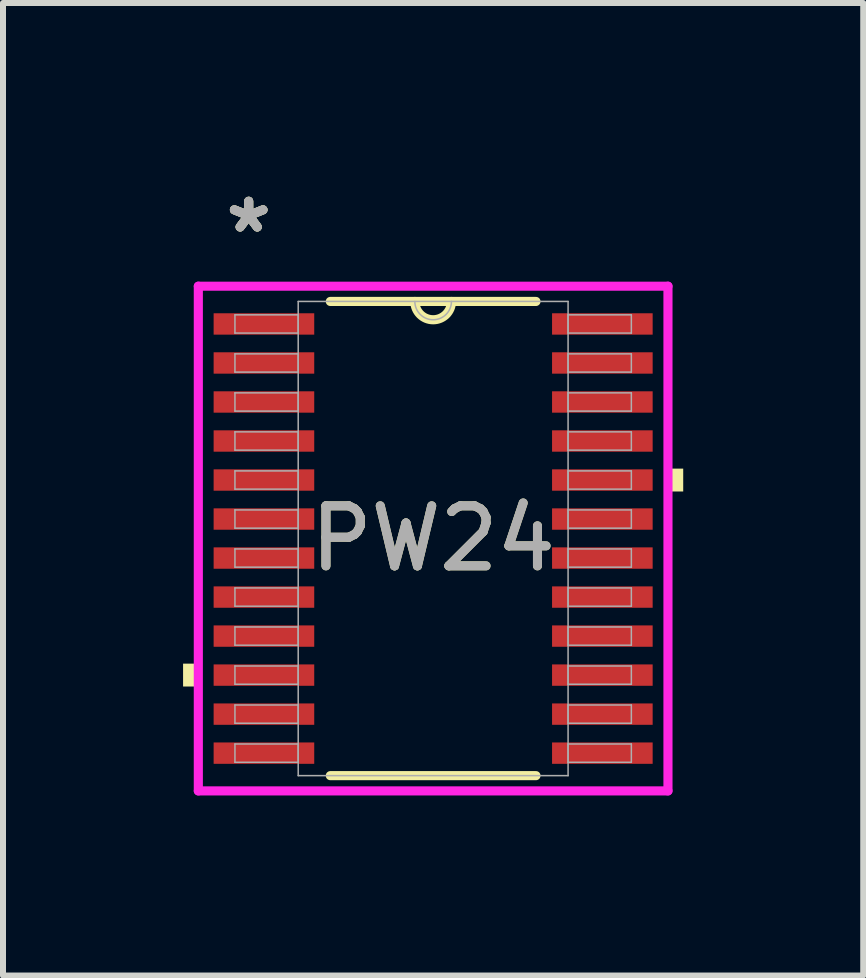
<source format=kicad_pcb>
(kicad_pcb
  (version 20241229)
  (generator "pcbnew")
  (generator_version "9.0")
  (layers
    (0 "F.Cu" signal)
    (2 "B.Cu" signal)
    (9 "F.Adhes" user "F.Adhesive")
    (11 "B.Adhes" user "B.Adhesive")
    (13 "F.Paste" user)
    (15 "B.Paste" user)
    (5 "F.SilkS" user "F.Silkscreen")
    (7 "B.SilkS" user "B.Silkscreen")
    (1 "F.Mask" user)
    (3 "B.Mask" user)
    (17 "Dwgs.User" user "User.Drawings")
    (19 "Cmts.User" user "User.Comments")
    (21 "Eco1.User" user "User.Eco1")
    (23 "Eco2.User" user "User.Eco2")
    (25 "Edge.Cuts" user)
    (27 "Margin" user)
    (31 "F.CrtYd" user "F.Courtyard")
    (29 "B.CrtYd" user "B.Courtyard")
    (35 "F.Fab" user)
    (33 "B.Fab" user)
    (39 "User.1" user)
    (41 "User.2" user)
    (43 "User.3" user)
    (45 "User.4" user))
  (footprint "PW24"
    (layer "F.Cu")
    (at 4.166 5.922)
    (property "Reference" "PW24" (at 0 0 0) (unlocked yes) (layer "F.SilkS") (effects (font (size 1 1) (thickness 0.15))))
    (attr smd)
    (fp_line (start -1.713 3.95) (end 1.713 3.95) (stroke (width 0.152) (type solid)) (layer "F.SilkS"))
    (fp_line (start 1.713 -3.95) (end -1.713 -3.95) (stroke (width 0.152) (type solid)) (layer "F.SilkS"))
    (fp_arc (start 0.3048 -3.9497) (mid 0 -3.6449) (end -0.3048 -3.9497) (stroke (width 0.1524) (type solid)) (layer "F.SilkS"))
    (fp_poly (pts (xy -4.166 2.084) (xy -4.166 2.465) (xy -3.912 2.465) (xy -3.912 2.084)) (stroke (width 0) (type solid)) (fill yes) (layer "F.SilkS"))
    (fp_poly (pts (xy 4.166 -1.165) (xy 4.166 -0.784) (xy 3.912 -0.784) (xy 3.912 -1.165)) (stroke (width 0) (type solid)) (fill yes) (layer "F.SilkS"))
    (fp_line (start -3.912 -4.204) (end 3.912 -4.204) (stroke (width 0.152) (type solid)) (layer "F.CrtYd"))
    (fp_line (start -3.912 4.204) (end -3.912 -4.204) (stroke (width 0.152) (type solid)) (layer "F.CrtYd"))
    (fp_line (start 3.912 -4.204) (end 3.912 4.204) (stroke (width 0.152) (type solid)) (layer "F.CrtYd"))
    (fp_line (start 3.912 4.204) (end -3.912 4.204) (stroke (width 0.152) (type solid)) (layer "F.CrtYd"))
    (fp_line (start -3.302 -3.727) (end -3.302 -3.423) (stroke (width 0.025) (type solid)) (layer "F.Fab"))
    (fp_line (start -3.302 -3.423) (end -2.248 -3.423) (stroke (width 0.025) (type solid)) (layer "F.Fab"))
    (fp_line (start -3.302 -3.077) (end -3.302 -2.773) (stroke (width 0.025) (type solid)) (layer "F.Fab"))
    (fp_line (start -3.302 -2.773) (end -2.248 -2.773) (stroke (width 0.025) (type solid)) (layer "F.Fab"))
    (fp_line (start -3.302 -2.427) (end -3.302 -2.123) (stroke (width 0.025) (type solid)) (layer "F.Fab"))
    (fp_line (start -3.302 -2.123) (end -2.248 -2.123) (stroke (width 0.025) (type solid)) (layer "F.Fab"))
    (fp_line (start -3.302 -1.777) (end -3.302 -1.473) (stroke (width 0.025) (type solid)) (layer "F.Fab"))
    (fp_line (start -3.302 -1.473) (end -2.248 -1.473) (stroke (width 0.025) (type solid)) (layer "F.Fab"))
    (fp_line (start -3.302 -1.127) (end -3.302 -0.823) (stroke (width 0.025) (type solid)) (layer "F.Fab"))
    (fp_line (start -3.302 -0.823) (end -2.248 -0.823) (stroke (width 0.025) (type solid)) (layer "F.Fab"))
    (fp_line (start -3.302 -0.477) (end -3.302 -0.173) (stroke (width 0.025) (type solid)) (layer "F.Fab"))
    (fp_line (start -3.302 -0.173) (end -2.248 -0.173) (stroke (width 0.025) (type solid)) (layer "F.Fab"))
    (fp_line (start -3.302 0.173) (end -3.302 0.477) (stroke (width 0.025) (type solid)) (layer "F.Fab"))
    (fp_line (start -3.302 0.477) (end -2.248 0.477) (stroke (width 0.025) (type solid)) (layer "F.Fab"))
    (fp_line (start -3.302 0.823) (end -3.302 1.127) (stroke (width 0.025) (type solid)) (layer "F.Fab"))
    (fp_line (start -3.302 1.127) (end -2.248 1.127) (stroke (width 0.025) (type solid)) (layer "F.Fab"))
    (fp_line (start -3.302 1.473) (end -3.302 1.777) (stroke (width 0.025) (type solid)) (layer "F.Fab"))
    (fp_line (start -3.302 1.777) (end -2.248 1.777) (stroke (width 0.025) (type solid)) (layer "F.Fab"))
    (fp_line (start -3.302 2.123) (end -3.302 2.427) (stroke (width 0.025) (type solid)) (layer "F.Fab"))
    (fp_line (start -3.302 2.427) (end -2.248 2.427) (stroke (width 0.025) (type solid)) (layer "F.Fab"))
    (fp_line (start -3.302 2.773) (end -3.302 3.077) (stroke (width 0.025) (type solid)) (layer "F.Fab"))
    (fp_line (start -3.302 3.077) (end -2.248 3.077) (stroke (width 0.025) (type solid)) (layer "F.Fab"))
    (fp_line (start -3.302 3.423) (end -3.302 3.727) (stroke (width 0.025) (type solid)) (layer "F.Fab"))
    (fp_line (start -3.302 3.727) (end -2.248 3.727) (stroke (width 0.025) (type solid)) (layer "F.Fab"))
    (fp_line (start -2.248 -3.95) (end -2.248 3.95) (stroke (width 0.025) (type solid)) (layer "F.Fab"))
    (fp_line (start -2.248 -3.727) (end -3.302 -3.727) (stroke (width 0.025) (type solid)) (layer "F.Fab"))
    (fp_line (start -2.248 -3.423) (end -2.248 -3.727) (stroke (width 0.025) (type solid)) (layer "F.Fab"))
    (fp_line (start -2.248 -3.077) (end -3.302 -3.077) (stroke (width 0.025) (type solid)) (layer "F.Fab"))
    (fp_line (start -2.248 -2.773) (end -2.248 -3.077) (stroke (width 0.025) (type solid)) (layer "F.Fab"))
    (fp_line (start -2.248 -2.427) (end -3.302 -2.427) (stroke (width 0.025) (type solid)) (layer "F.Fab"))
    (fp_line (start -2.248 -2.123) (end -2.248 -2.427) (stroke (width 0.025) (type solid)) (layer "F.Fab"))
    (fp_line (start -2.248 -1.777) (end -3.302 -1.777) (stroke (width 0.025) (type solid)) (layer "F.Fab"))
    (fp_line (start -2.248 -1.473) (end -2.248 -1.777) (stroke (width 0.025) (type solid)) (layer "F.Fab"))
    (fp_line (start -2.248 -1.127) (end -3.302 -1.127) (stroke (width 0.025) (type solid)) (layer "F.Fab"))
    (fp_line (start -2.248 -0.823) (end -2.248 -1.127) (stroke (width 0.025) (type solid)) (layer "F.Fab"))
    (fp_line (start -2.248 -0.477) (end -3.302 -0.477) (stroke (width 0.025) (type solid)) (layer "F.Fab"))
    (fp_line (start -2.248 -0.173) (end -2.248 -0.477) (stroke (width 0.025) (type solid)) (layer "F.Fab"))
    (fp_line (start -2.248 0.173) (end -3.302 0.173) (stroke (width 0.025) (type solid)) (layer "F.Fab"))
    (fp_line (start -2.248 0.477) (end -2.248 0.173) (stroke (width 0.025) (type solid)) (layer "F.Fab"))
    (fp_line (start -2.248 0.823) (end -3.302 0.823) (stroke (width 0.025) (type solid)) (layer "F.Fab"))
    (fp_line (start -2.248 1.127) (end -2.248 0.823) (stroke (width 0.025) (type solid)) (layer "F.Fab"))
    (fp_line (start -2.248 1.473) (end -3.302 1.473) (stroke (width 0.025) (type solid)) (layer "F.Fab"))
    (fp_line (start -2.248 1.777) (end -2.248 1.473) (stroke (width 0.025) (type solid)) (layer "F.Fab"))
    (fp_line (start -2.248 2.123) (end -3.302 2.123) (stroke (width 0.025) (type solid)) (layer "F.Fab"))
    (fp_line (start -2.248 2.427) (end -2.248 2.123) (stroke (width 0.025) (type solid)) (layer "F.Fab"))
    (fp_line (start -2.248 2.773) (end -3.302 2.773) (stroke (width 0.025) (type solid)) (layer "F.Fab"))
    (fp_line (start -2.248 3.077) (end -2.248 2.773) (stroke (width 0.025) (type solid)) (layer "F.Fab"))
    (fp_line (start -2.248 3.423) (end -3.302 3.423) (stroke (width 0.025) (type solid)) (layer "F.Fab"))
    (fp_line (start -2.248 3.727) (end -2.248 3.423) (stroke (width 0.025) (type solid)) (layer "F.Fab"))
    (fp_line (start -2.248 3.95) (end 2.248 3.95) (stroke (width 0.025) (type solid)) (layer "F.Fab"))
    (fp_line (start 2.248 -3.95) (end -2.248 -3.95) (stroke (width 0.025) (type solid)) (layer "F.Fab"))
    (fp_line (start 2.248 -3.727) (end 2.248 -3.423) (stroke (width 0.025) (type solid)) (layer "F.Fab"))
    (fp_line (start 2.248 -3.423) (end 3.302 -3.423) (stroke (width 0.025) (type solid)) (layer "F.Fab"))
    (fp_line (start 2.248 -3.077) (end 2.248 -2.773) (stroke (width 0.025) (type solid)) (layer "F.Fab"))
    (fp_line (start 2.248 -2.773) (end 3.302 -2.773) (stroke (width 0.025) (type solid)) (layer "F.Fab"))
    (fp_line (start 2.248 -2.427) (end 2.248 -2.123) (stroke (width 0.025) (type solid)) (layer "F.Fab"))
    (fp_line (start 2.248 -2.123) (end 3.302 -2.123) (stroke (width 0.025) (type solid)) (layer "F.Fab"))
    (fp_line (start 2.248 -1.777) (end 2.248 -1.473) (stroke (width 0.025) (type solid)) (layer "F.Fab"))
    (fp_line (start 2.248 -1.473) (end 3.302 -1.473) (stroke (width 0.025) (type solid)) (layer "F.Fab"))
    (fp_line (start 2.248 -1.127) (end 2.248 -0.823) (stroke (width 0.025) (type solid)) (layer "F.Fab"))
    (fp_line (start 2.248 -0.823) (end 3.302 -0.823) (stroke (width 0.025) (type solid)) (layer "F.Fab"))
    (fp_line (start 2.248 -0.477) (end 2.248 -0.173) (stroke (width 0.025) (type solid)) (layer "F.Fab"))
    (fp_line (start 2.248 -0.173) (end 3.302 -0.173) (stroke (width 0.025) (type solid)) (layer "F.Fab"))
    (fp_line (start 2.248 0.173) (end 2.248 0.477) (stroke (width 0.025) (type solid)) (layer "F.Fab"))
    (fp_line (start 2.248 0.477) (end 3.302 0.477) (stroke (width 0.025) (type solid)) (layer "F.Fab"))
    (fp_line (start 2.248 0.823) (end 2.248 1.127) (stroke (width 0.025) (type solid)) (layer "F.Fab"))
    (fp_line (start 2.248 1.127) (end 3.302 1.127) (stroke (width 0.025) (type solid)) (layer "F.Fab"))
    (fp_line (start 2.248 1.473) (end 2.248 1.777) (stroke (width 0.025) (type solid)) (layer "F.Fab"))
    (fp_line (start 2.248 1.777) (end 3.302 1.777) (stroke (width 0.025) (type solid)) (layer "F.Fab"))
    (fp_line (start 2.248 2.123) (end 2.248 2.427) (stroke (width 0.025) (type solid)) (layer "F.Fab"))
    (fp_line (start 2.248 2.427) (end 3.302 2.427) (stroke (width 0.025) (type solid)) (layer "F.Fab"))
    (fp_line (start 2.248 2.773) (end 2.248 3.077) (stroke (width 0.025) (type solid)) (layer "F.Fab"))
    (fp_line (start 2.248 3.077) (end 3.302 3.077) (stroke (width 0.025) (type solid)) (layer "F.Fab"))
    (fp_line (start 2.248 3.423) (end 2.248 3.727) (stroke (width 0.025) (type solid)) (layer "F.Fab"))
    (fp_line (start 2.248 3.727) (end 3.302 3.727) (stroke (width 0.025) (type solid)) (layer "F.Fab"))
    (fp_line (start 2.248 3.95) (end 2.248 -3.95) (stroke (width 0.025) (type solid)) (layer "F.Fab"))
    (fp_line (start 3.302 -3.727) (end 2.248 -3.727) (stroke (width 0.025) (type solid)) (layer "F.Fab"))
    (fp_line (start 3.302 -3.423) (end 3.302 -3.727) (stroke (width 0.025) (type solid)) (layer "F.Fab"))
    (fp_line (start 3.302 -3.077) (end 2.248 -3.077) (stroke (width 0.025) (type solid)) (layer "F.Fab"))
    (fp_line (start 3.302 -2.773) (end 3.302 -3.077) (stroke (width 0.025) (type solid)) (layer "F.Fab"))
    (fp_line (start 3.302 -2.427) (end 2.248 -2.427) (stroke (width 0.025) (type solid)) (layer "F.Fab"))
    (fp_line (start 3.302 -2.123) (end 3.302 -2.427) (stroke (width 0.025) (type solid)) (layer "F.Fab"))
    (fp_line (start 3.302 -1.777) (end 2.248 -1.777) (stroke (width 0.025) (type solid)) (layer "F.Fab"))
    (fp_line (start 3.302 -1.473) (end 3.302 -1.777) (stroke (width 0.025) (type solid)) (layer "F.Fab"))
    (fp_line (start 3.302 -1.127) (end 2.248 -1.127) (stroke (width 0.025) (type solid)) (layer "F.Fab"))
    (fp_line (start 3.302 -0.823) (end 3.302 -1.127) (stroke (width 0.025) (type solid)) (layer "F.Fab"))
    (fp_line (start 3.302 -0.477) (end 2.248 -0.477) (stroke (width 0.025) (type solid)) (layer "F.Fab"))
    (fp_line (start 3.302 -0.173) (end 3.302 -0.477) (stroke (width 0.025) (type solid)) (layer "F.Fab"))
    (fp_line (start 3.302 0.173) (end 2.248 0.173) (stroke (width 0.025) (type solid)) (layer "F.Fab"))
    (fp_line (start 3.302 0.477) (end 3.302 0.173) (stroke (width 0.025) (type solid)) (layer "F.Fab"))
    (fp_line (start 3.302 0.823) (end 2.248 0.823) (stroke (width 0.025) (type solid)) (layer "F.Fab"))
    (fp_line (start 3.302 1.127) (end 3.302 0.823) (stroke (width 0.025) (type solid)) (layer "F.Fab"))
    (fp_line (start 3.302 1.473) (end 2.248 1.473) (stroke (width 0.025) (type solid)) (layer "F.Fab"))
    (fp_line (start 3.302 1.777) (end 3.302 1.473) (stroke (width 0.025) (type solid)) (layer "F.Fab"))
    (fp_line (start 3.302 2.123) (end 2.248 2.123) (stroke (width 0.025) (type solid)) (layer "F.Fab"))
    (fp_line (start 3.302 2.427) (end 3.302 2.123) (stroke (width 0.025) (type solid)) (layer "F.Fab"))
    (fp_line (start 3.302 2.773) (end 2.248 2.773) (stroke (width 0.025) (type solid)) (layer "F.Fab"))
    (fp_line (start 3.302 3.077) (end 3.302 2.773) (stroke (width 0.025) (type solid)) (layer "F.Fab"))
    (fp_line (start 3.302 3.423) (end 2.248 3.423) (stroke (width 0.025) (type solid)) (layer "F.Fab"))
    (fp_line (start 3.302 3.727) (end 3.302 3.423) (stroke (width 0.025) (type solid)) (layer "F.Fab"))
    (fp_arc (start 0.3048 -3.9497) (mid 0 -3.6449) (end -0.3048 -3.9497) (stroke (width 0.0254) (type solid)) (layer "F.Fab"))
    (fp_text user "*" (at -3.073 -5.074 0) (layer "F.SilkS") (effects (font (size 1 1) (thickness 0.15))))
    (fp_text user "*" (at -3.073 -5.074 0) (unlocked yes) (layer "F.SilkS") (effects (font (size 1 1) (thickness 0.15))))
    (fp_text user "*" (at -3.073 -5.074 0) (layer "F.Fab") (effects (font (size 1 1) (thickness 0.15))))
    (fp_text user "*" (at -3.073 -5.074 0) (unlocked yes) (layer "F.Fab") (effects (font (size 1 1) (thickness 0.15))))
    (fp_text user "${REFERENCE}" (at 0 0 0) (unlocked yes) (layer "F.Fab") (effects (font (size 1 1) (thickness 0.15))))
    (pad "1" smd rect (at -2.819 -3.575) (size 1.676 0.356) (layers "F.Cu" "F.Mask" "F.Paste"))
    (pad "2" smd rect (at -2.819 -2.925) (size 1.676 0.356) (layers "F.Cu" "F.Mask" "F.Paste"))
    (pad "3" smd rect (at -2.819 -2.275) (size 1.676 0.356) (layers "F.Cu" "F.Mask" "F.Paste"))
    (pad "4" smd rect (at -2.819 -1.625) (size 1.676 0.356) (layers "F.Cu" "F.Mask" "F.Paste"))
    (pad "5" smd rect (at -2.819 -0.975) (size 1.676 0.356) (layers "F.Cu" "F.Mask" "F.Paste"))
    (pad "6" smd rect (at -2.819 -0.325) (size 1.676 0.356) (layers "F.Cu" "F.Mask" "F.Paste"))
    (pad "7" smd rect (at -2.819 0.325) (size 1.676 0.356) (layers "F.Cu" "F.Mask" "F.Paste"))
    (pad "8" smd rect (at -2.819 0.975) (size 1.676 0.356) (layers "F.Cu" "F.Mask" "F.Paste"))
    (pad "9" smd rect (at -2.819 1.625) (size 1.676 0.356) (layers "F.Cu" "F.Mask" "F.Paste"))
    (pad "10" smd rect (at -2.819 2.275) (size 1.676 0.356) (layers "F.Cu" "F.Mask" "F.Paste"))
    (pad "11" smd rect (at -2.819 2.925) (size 1.676 0.356) (layers "F.Cu" "F.Mask" "F.Paste"))
    (pad "12" smd rect (at -2.819 3.575) (size 1.676 0.356) (layers "F.Cu" "F.Mask" "F.Paste"))
    (pad "13" smd rect (at 2.819 3.575) (size 1.676 0.356) (layers "F.Cu" "F.Mask" "F.Paste"))
    (pad "14" smd rect (at 2.819 2.925) (size 1.676 0.356) (layers "F.Cu" "F.Mask" "F.Paste"))
    (pad "15" smd rect (at 2.819 2.275) (size 1.676 0.356) (layers "F.Cu" "F.Mask" "F.Paste"))
    (pad "16" smd rect (at 2.819 1.625) (size 1.676 0.356) (layers "F.Cu" "F.Mask" "F.Paste"))
    (pad "17" smd rect (at 2.819 0.975) (size 1.676 0.356) (layers "F.Cu" "F.Mask" "F.Paste"))
    (pad "18" smd rect (at 2.819 0.325) (size 1.676 0.356) (layers "F.Cu" "F.Mask" "F.Paste"))
    (pad "19" smd rect (at 2.819 -0.325) (size 1.676 0.356) (layers "F.Cu" "F.Mask" "F.Paste"))
    (pad "20" smd rect (at 2.819 -0.975) (size 1.676 0.356) (layers "F.Cu" "F.Mask" "F.Paste"))
    (pad "21" smd rect (at 2.819 -1.625) (size 1.676 0.356) (layers "F.Cu" "F.Mask" "F.Paste"))
    (pad "22" smd rect (at 2.819 -2.275) (size 1.676 0.356) (layers "F.Cu" "F.Mask" "F.Paste"))
    (pad "23" smd rect (at 2.819 -2.925) (size 1.676 0.356) (layers "F.Cu" "F.Mask" "F.Paste"))
    (pad "24" smd rect (at 2.819 -3.575) (size 1.676 0.356) (layers "F.Cu" "F.Mask" "F.Paste")))
  (gr_rect
    (start -3 -3)
    (end 11.331 13.202)
    (stroke (width 0.1) (type default))
    (fill no)
    (layer "Edge.Cuts")))
</source>
